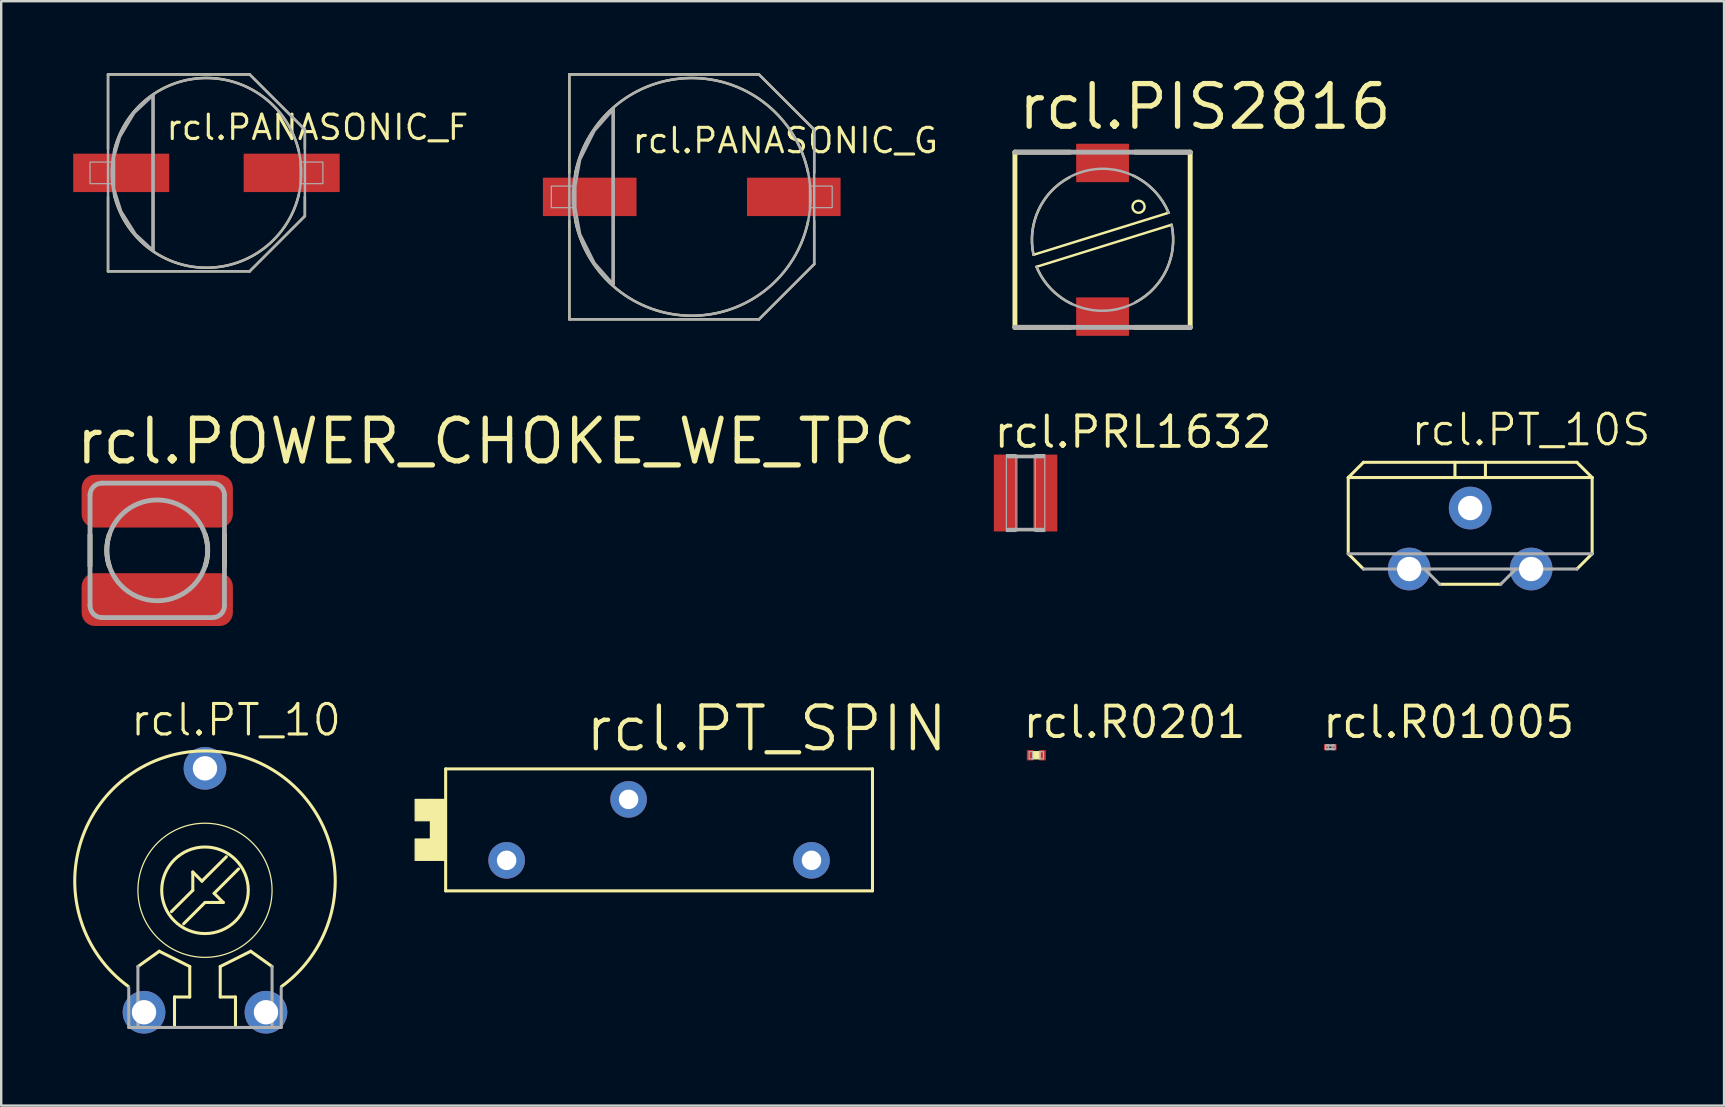
<source format=kicad_pcb>
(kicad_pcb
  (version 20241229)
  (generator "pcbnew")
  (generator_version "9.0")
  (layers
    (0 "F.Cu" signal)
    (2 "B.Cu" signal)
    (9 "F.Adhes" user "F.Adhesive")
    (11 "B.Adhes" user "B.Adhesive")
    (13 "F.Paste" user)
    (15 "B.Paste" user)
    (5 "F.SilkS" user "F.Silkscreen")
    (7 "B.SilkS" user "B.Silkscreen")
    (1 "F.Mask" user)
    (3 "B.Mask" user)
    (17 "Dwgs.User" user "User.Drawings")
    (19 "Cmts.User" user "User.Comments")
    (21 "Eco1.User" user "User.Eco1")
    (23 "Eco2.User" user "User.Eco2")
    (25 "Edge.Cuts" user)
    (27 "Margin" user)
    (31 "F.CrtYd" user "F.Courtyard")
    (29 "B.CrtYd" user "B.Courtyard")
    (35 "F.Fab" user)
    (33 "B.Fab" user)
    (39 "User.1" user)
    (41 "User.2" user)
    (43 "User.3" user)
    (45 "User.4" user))
  (footprint "rcl.PANASONIC_G"
    (layer "F.Cu")
    (at 25.766 5.151)
    (property "Reference" "rcl.PANASONIC_G" (at -2.55 -1.75 0) (layer "F.SilkS") (effects (font (size 1.016 1.016) (thickness 0.13)) (justify left bottom)))
    (attr smd)
    (fp_line (start -5.1 -5.1) (end 2.8 -5.1) (stroke (width 0.102) (type default)) (layer "F.SilkS"))
    (fp_line (start -5.1 -1) (end -5.1 -5.1) (stroke (width 0.102) (type default)) (layer "F.SilkS"))
    (fp_line (start -5.1 5.1) (end -5.1 1) (stroke (width 0.102) (type default)) (layer "F.SilkS"))
    (fp_line (start 2.8 -5.1) (end 5.1 -2.8) (stroke (width 0.102) (type default)) (layer "F.SilkS"))
    (fp_line (start 2.8 5.1) (end -5.1 5.1) (stroke (width 0.102) (type default)) (layer "F.SilkS"))
    (fp_line (start 5.1 -2.8) (end 5.1 -1) (stroke (width 0.102) (type default)) (layer "F.SilkS"))
    (fp_line (start 5.1 1) (end 5.1 2.8) (stroke (width 0.102) (type default)) (layer "F.SilkS"))
    (fp_line (start 5.1 2.8) (end 2.8 5.1) (stroke (width 0.102) (type default)) (layer "F.SilkS"))
    (fp_arc (start -4.85 -1) (mid 0 -4.95202) (end 4.85 -1) (stroke (width 0.1016) (type default)) (layer "F.SilkS"))
    (fp_arc (start 4.85 1) (mid 0 4.95202) (end -4.85 1) (stroke (width 0.1016) (type default)) (layer "F.SilkS"))
    (fp_line (start -5.1 -5.1) (end 2.8 -5.1) (stroke (width 0.102) (type default)) (layer "F.Fab"))
    (fp_line (start -5.1 5.1) (end -5.1 -5.1) (stroke (width 0.102) (type default)) (layer "F.Fab"))
    (fp_line (start -3.25 -3.7) (end -3.25 3.65) (stroke (width 0.102) (type default)) (layer "F.Fab"))
    (fp_line (start 2.8 -5.1) (end 5.1 -2.8) (stroke (width 0.102) (type default)) (layer "F.Fab"))
    (fp_line (start 2.8 5.1) (end -5.1 5.1) (stroke (width 0.102) (type default)) (layer "F.Fab"))
    (fp_line (start 5.1 -2.8) (end 5.1 2.8) (stroke (width 0.102) (type default)) (layer "F.Fab"))
    (fp_line (start 5.1 2.8) (end 2.8 5.1) (stroke (width 0.102) (type default)) (layer "F.Fab"))
    (fp_rect (start -5.85 0.45) (end -4.9 -0.45) (stroke (width 0.05) (type default)) (fill no) (layer "F.Fab"))
    (fp_rect (start 4.9 0.45) (end 5.85 -0.45) (stroke (width 0.05) (type default)) (fill no) (layer "F.Fab"))
    (fp_circle (center 0 0) (end 4.95 0) (stroke (width 0.102) (type default)) (fill no) (layer "F.Fab"))
    (fp_poly (pts (xy -3.3 -3.6) (xy -4.05 -2.75) (xy -4.65 -1.55) (xy -4.85 -0.45) (xy -4.85 0.45) (xy -4.65 1.55) (xy -4.05 2.75) (xy -3.3 3.6) (xy -3.3 -3.55)) (stroke (width 0.102) (type default)) (fill no) (layer "F.Fab"))
    (pad "+" smd roundrect (at 4.25 0) (size 3.9 1.6) (layers "F.Cu" "F.Mask" "F.Paste") (roundrect_rratio 0.01))
    (pad "-" smd roundrect (at -4.25 0) (size 3.9 1.6) (layers "F.Cu" "F.Mask" "F.Paste") (roundrect_rratio 0.01)))
  (footprint "rcl.PT_SPIN"
    (layer "F.Cu")
    (at 24.404 31.519)
    (property "Reference" "rcl.PT_SPIN" (at -3.175 -3.175 0) (layer "F.SilkS") (effects (font (size 1.778 1.778) (thickness 0.18)) (justify left bottom)))
    (attr through_hole)
    (fp_line (start -8.89 -2.54) (end -8.89 2.54) (stroke (width 0.127) (type default)) (layer "F.SilkS"))
    (fp_line (start -8.89 2.54) (end 8.89 2.54) (stroke (width 0.127) (type default)) (layer "F.SilkS"))
    (fp_line (start 8.89 -2.54) (end -8.89 -2.54) (stroke (width 0.127) (type default)) (layer "F.SilkS"))
    (fp_line (start 8.89 2.54) (end 8.89 -2.54) (stroke (width 0.127) (type default)) (layer "F.SilkS"))
    (fp_rect (start -10.16 -0.381) (end -9.525 -1.27) (stroke (width 0.05) (type default)) (fill yes) (layer "F.SilkS"))
    (fp_rect (start -10.16 1.27) (end -9.525 0.381) (stroke (width 0.05) (type default)) (fill yes) (layer "F.SilkS"))
    (fp_rect (start -9.525 1.27) (end -8.89 -1.27) (stroke (width 0.05) (type default)) (fill yes) (layer "F.SilkS"))
    (pad "1" thru_hole circle (at -6.35 1.27) (size 1.524 1.524) (drill 0.813) (layers "*.Cu" "*.Mask"))
    (pad "2" thru_hole circle (at 6.35 1.27) (size 1.524 1.524) (drill 0.813) (layers "*.Cu" "*.Mask"))
    (pad "3" thru_hole circle (at -1.27 -1.27) (size 1.524 1.524) (drill 0.813) (layers "*.Cu" "*.Mask")))
  (footprint "rcl.PIS2816"
    (layer "F.Cu")
    (at 42.878 6.938)
    (property "Reference" "rcl.PIS2816" (at -3.625 -4.5 0) (layer "F.SilkS") (effects (font (size 1.778 1.778) (thickness 0.22)) (justify left bottom)))
    (attr smd)
    (fp_line (start -3.65 -3.65) (end -3.65 3.65) (stroke (width 0.203) (type default)) (layer "F.SilkS"))
    (fp_line (start -3.65 3.65) (end -1.35 3.65) (stroke (width 0.203) (type default)) (layer "F.SilkS"))
    (fp_line (start -2.75 1.125) (end 2.875 -0.625) (stroke (width 0.102) (type default)) (layer "F.SilkS"))
    (fp_line (start -1.35 -3.65) (end -3.65 -3.65) (stroke (width 0.203) (type default)) (layer "F.SilkS"))
    (fp_line (start 1.35 3.65) (end 3.65 3.65) (stroke (width 0.203) (type default)) (layer "F.SilkS"))
    (fp_line (start 2.75 -1.125) (end -2.875 0.625) (stroke (width 0.102) (type default)) (layer "F.SilkS"))
    (fp_line (start 3.65 -3.65) (end 1.35 -3.65) (stroke (width 0.203) (type default)) (layer "F.SilkS"))
    (fp_line (start 3.65 3.65) (end 3.65 -3.65) (stroke (width 0.203) (type default)) (layer "F.SilkS"))
    (fp_arc (start -2.875 0.625) (mid -2.667542 -1.239845) (end -1.375 -2.6) (stroke (width 0.1016) (type default)) (layer "F.SilkS"))
    (fp_arc (start -1.275 2.675) (mid -2.156567 2.037096) (end -2.75 1.125) (stroke (width 0.1016) (type default)) (layer "F.SilkS"))
    (fp_arc (start 1.275 -2.675) (mid 2.156567 -2.037096) (end 2.75 -1.125) (stroke (width 0.1016) (type default)) (layer "F.SilkS"))
    (fp_arc (start 2.875 -0.625) (mid 2.667542 1.239845) (end 1.375 2.6) (stroke (width 0.1016) (type default)) (layer "F.SilkS"))
    (fp_circle (center 1.5 -1.375) (end 1.75 -1.375) (stroke (width 0.1) (type default)) (fill no) (layer "F.SilkS"))
    (fp_line (start -3.65 3.65) (end 3.65 3.65) (stroke (width 0.203) (type default)) (layer "F.Fab"))
    (fp_line (start 3.65 -3.65) (end -3.65 -3.65) (stroke (width 0.203) (type default)) (layer "F.Fab"))
    (fp_arc (start -2.875 0.625) (mid -0.863172 -2.823589) (end 2.75 -1.125) (stroke (width 0.1016) (type default)) (layer "F.Fab"))
    (fp_arc (start 2.875 -0.625) (mid 0.863172 2.823589) (end -2.75 1.125) (stroke (width 0.1016) (type default)) (layer "F.Fab"))
    (pad "1" smd roundrect (at 0 -3.2) (size 2.2 1.6) (layers "F.Cu" "F.Mask" "F.Paste") (roundrect_rratio 0.01))
    (pad "2" smd roundrect (at 0 3.2) (size 2.2 1.6) (layers "F.Cu" "F.Mask" "F.Paste") (roundrect_rratio 0.01)))
  (footprint "rcl.PANASONIC_F"
    (layer "F.Cu")
    (at 5.55 4.151)
    (property "Reference" "rcl.PANASONIC_F" (at -1.75 -1.3 0) (layer "F.SilkS") (effects (font (size 1.016 1.016) (thickness 0.13)) (justify left bottom)))
    (attr smd)
    (fp_line (start -4.1 -4.1) (end 1.8 -4.1) (stroke (width 0.102) (type default)) (layer "F.SilkS"))
    (fp_line (start -4.1 -1) (end -4.1 -4.1) (stroke (width 0.102) (type default)) (layer "F.SilkS"))
    (fp_line (start -4.1 4.1) (end -4.1 1) (stroke (width 0.102) (type default)) (layer "F.SilkS"))
    (fp_line (start 1.8 -4.1) (end 4.1 -1.8) (stroke (width 0.102) (type default)) (layer "F.SilkS"))
    (fp_line (start 1.8 4.1) (end -4.1 4.1) (stroke (width 0.102) (type default)) (layer "F.SilkS"))
    (fp_line (start 4.1 -1.8) (end 4.1 -1) (stroke (width 0.102) (type default)) (layer "F.SilkS"))
    (fp_line (start 4.1 1) (end 4.1 1.8) (stroke (width 0.102) (type default)) (layer "F.SilkS"))
    (fp_line (start 4.1 1.8) (end 1.8 4.1) (stroke (width 0.102) (type default)) (layer "F.SilkS"))
    (fp_arc (start -3.85 -0.9) (mid 0 -3.953796) (end 3.85 -0.9) (stroke (width 0.1016) (type default)) (layer "F.SilkS"))
    (fp_arc (start 3.85 0.9) (mid 0 3.953796) (end -3.85 0.9) (stroke (width 0.1016) (type default)) (layer "F.SilkS"))
    (fp_line (start -4.1 -4.1) (end 1.8 -4.1) (stroke (width 0.102) (type default)) (layer "F.Fab"))
    (fp_line (start -4.1 4.1) (end -4.1 -4.1) (stroke (width 0.102) (type default)) (layer "F.Fab"))
    (fp_line (start -2.2 -3.25) (end -2.2 3.25) (stroke (width 0.102) (type default)) (layer "F.Fab"))
    (fp_line (start 1.8 -4.1) (end 4.1 -1.8) (stroke (width 0.102) (type default)) (layer "F.Fab"))
    (fp_line (start 1.8 4.1) (end -4.1 4.1) (stroke (width 0.102) (type default)) (layer "F.Fab"))
    (fp_line (start 4.1 -1.8) (end 4.1 1.8) (stroke (width 0.102) (type default)) (layer "F.Fab"))
    (fp_line (start 4.1 1.8) (end 1.8 4.1) (stroke (width 0.102) (type default)) (layer "F.Fab"))
    (fp_rect (start -4.85 0.45) (end -3.9 -0.45) (stroke (width 0.05) (type default)) (fill no) (layer "F.Fab"))
    (fp_rect (start 3.9 0.45) (end 4.85 -0.45) (stroke (width 0.05) (type default)) (fill no) (layer "F.Fab"))
    (fp_circle (center 0 0) (end 3.95 0) (stroke (width 0.102) (type default)) (fill no) (layer "F.Fab"))
    (fp_circle (center 0 0) (end 4 0) (stroke (width 0.001) (type default)) (fill no) (layer "F.Fab"))
    (fp_poly (pts (xy -2.25 -3.2) (xy -3 -2.5) (xy -3.6 -1.5) (xy -3.85 -0.65) (xy -3.85 0.65) (xy -3.55 1.6) (xy -2.95 2.55) (xy -2.25 3.2) (xy -2.25 -3.15)) (stroke (width 0.102) (type default)) (fill no) (layer "F.Fab"))
    (pad "+" smd roundrect (at 3.55 0) (size 4 1.6) (layers "F.Cu" "F.Mask" "F.Paste") (roundrect_rratio 0.01))
    (pad "-" smd roundrect (at -3.55 0) (size 4 1.6) (layers "F.Cu" "F.Mask" "F.Paste") (roundrect_rratio 0.01)))
  (footprint "rcl.R01005"
    (layer "F.Cu")
    (at 52.363 28.076)
    (property "Reference" "rcl.R01005" (at -0.4 -0.3 0) (layer "F.SilkS") (effects (font (size 1.27 1.27) (thickness 0.16)) (justify left bottom)))
    (attr smd)
    (fp_rect (start -0.2 0.1) (end -0.075 -0.1) (stroke (width 0.05) (type default)) (fill no) (layer "F.Fab"))
    (fp_rect (start -0.15 -0.05) (end 0.15 -0.1) (stroke (width 0.05) (type default)) (fill no) (layer "F.Fab"))
    (fp_rect (start -0.15 0.1) (end 0.15 0.05) (stroke (width 0.05) (type default)) (fill no) (layer "F.Fab"))
    (fp_rect (start 0.075 0.1) (end 0.2 -0.1) (stroke (width 0.05) (type default)) (fill no) (layer "F.Fab"))
    (pad "1" smd roundrect (at -0.163 0) (size 0.2 0.25) (layers "F.Cu" "F.Mask" "F.Paste") (roundrect_rratio 0.01))
    (pad "2" smd roundrect (at 0.163 0) (size 0.2 0.25) (layers "F.Cu" "F.Mask" "F.Paste") (roundrect_rratio 0.01)))
  (footprint "rcl.PT_10S"
    (layer "F.Cu")
    (at 58.192 19.383)
    (property "Reference" "rcl.PT_10S" (at -2.54 -3.785 0) (layer "F.SilkS") (effects (font (size 1.27 1.27) (thickness 0.13)) (justify left bottom)))
    (attr through_hole)
    (fp_line (start -5.08 -2.54) (end 5.08 -2.54) (stroke (width 0.127) (type default)) (layer "F.SilkS"))
    (fp_line (start -5.08 0.635) (end -5.08 -2.54) (stroke (width 0.127) (type default)) (layer "F.SilkS"))
    (fp_line (start -4.445 -3.175) (end -5.08 -2.54) (stroke (width 0.127) (type default)) (layer "F.SilkS"))
    (fp_line (start -4.445 -3.175) (end 4.445 -3.175) (stroke (width 0.127) (type default)) (layer "F.SilkS"))
    (fp_line (start -4.445 1.27) (end -5.08 0.635) (stroke (width 0.127) (type default)) (layer "F.SilkS"))
    (fp_line (start -1.27 1.905) (end 1.27 1.905) (stroke (width 0.127) (type default)) (layer "F.SilkS"))
    (fp_line (start -0.635 -3.175) (end -0.635 -2.54) (stroke (width 0.127) (type default)) (layer "F.SilkS"))
    (fp_line (start 0.635 -2.54) (end 0.635 -3.175) (stroke (width 0.127) (type default)) (layer "F.SilkS"))
    (fp_line (start 5.08 -2.54) (end 4.445 -3.175) (stroke (width 0.127) (type default)) (layer "F.SilkS"))
    (fp_line (start 5.08 -2.54) (end 5.08 0.635) (stroke (width 0.127) (type default)) (layer "F.SilkS"))
    (fp_line (start 5.08 0.635) (end 4.445 1.27) (stroke (width 0.127) (type default)) (layer "F.SilkS"))
    (fp_line (start -5.08 0.635) (end 5.08 0.635) (stroke (width 0.127) (type default)) (layer "F.Fab"))
    (fp_line (start -4.445 1.27) (end 4.445 1.27) (stroke (width 0.127) (type default)) (layer "F.Fab"))
    (fp_line (start -1.905 1.27) (end -1.27 1.905) (stroke (width 0.127) (type default)) (layer "F.Fab"))
    (fp_line (start 1.27 1.905) (end 1.905 1.27) (stroke (width 0.127) (type default)) (layer "F.Fab"))
    (pad "1" thru_hole circle (at -2.54 1.27) (size 1.778 1.778) (drill 1.016) (layers "*.Cu" "*.Mask"))
    (pad "2" thru_hole circle (at 2.54 1.27) (size 1.778 1.778) (drill 1.016) (layers "*.Cu" "*.Mask"))
    (pad "3" thru_hole circle (at 0 -1.27) (size 1.778 1.778) (drill 1.016) (layers "*.Cu" "*.Mask")))
  (footprint "rcl.POWER_CHOKE_WE_TPC"
    (layer "F.Cu")
    (at 3.5 19.876)
    (property "Reference" "rcl.POWER_CHOKE_WE_TPC" (at -3.5 -3.5 0) (layer "F.SilkS") (effects (font (size 1.778 1.778) (thickness 0.22)) (justify left bottom)))
    (attr smd)
    (fp_line (start -2.8 -0.65) (end -2.8 0.65) (stroke (width 0.2) (type default)) (layer "F.SilkS"))
    (fp_line (start 2.8 0.65) (end 2.8 -0.65) (stroke (width 0.2) (type default)) (layer "F.SilkS"))
    (fp_arc (start -2 0.65) (mid -2.102974 0) (end -2 -0.65) (stroke (width 0.2) (type default)) (layer "F.SilkS"))
    (fp_arc (start 2 -0.65) (mid 2.102974 0) (end 2 0.65) (stroke (width 0.2) (type default)) (layer "F.SilkS"))
    (fp_line (start -2.8 2.3) (end -2.8 -2.3) (stroke (width 0.2) (type default)) (layer "F.Fab"))
    (fp_line (start -2.3 -2.8) (end 2.3 -2.8) (stroke (width 0.2) (type default)) (layer "F.Fab"))
    (fp_line (start 2.3 2.8) (end -2.3 2.8) (stroke (width 0.2) (type default)) (layer "F.Fab"))
    (fp_line (start 2.8 -2.3) (end 2.8 2.3) (stroke (width 0.2) (type default)) (layer "F.Fab"))
    (fp_arc (start -2.8 -2.3) (mid -2.653553 -2.653553) (end -2.3 -2.8) (stroke (width 0.2) (type default)) (layer "F.Fab"))
    (fp_arc (start -2.3 2.8) (mid -2.653553 2.653553) (end -2.8 2.3) (stroke (width 0.2) (type default)) (layer "F.Fab"))
    (fp_arc (start 2.3 -2.8) (mid 2.653553 -2.653553) (end 2.8 -2.3) (stroke (width 0.2) (type default)) (layer "F.Fab"))
    (fp_arc (start 2.8 2.3) (mid 2.653553 2.653553) (end 2.3 2.8) (stroke (width 0.2) (type default)) (layer "F.Fab"))
    (fp_circle (center 0 0) (end 2.1 0) (stroke (width 0.2) (type default)) (fill no) (layer "F.Fab"))
    (pad "1" smd roundrect (at 0 -2.05) (size 6.3 2.2) (layers "F.Cu" "F.Mask" "F.Paste") (roundrect_rratio 0.25))
    (pad "2" smd roundrect (at 0 2.05 180) (size 6.3 2.2) (layers "F.Cu" "F.Mask" "F.Paste") (roundrect_rratio 0.25)))
  (footprint "rcl.R0201"
    (layer "F.Cu")
    (at 40.119 28.411)
    (property "Reference" "rcl.R0201" (at -0.635 -0.635 0) (layer "F.SilkS") (effects (font (size 1.27 1.27) (thickness 0.16)) (justify left bottom)))
    (attr smd)
    (fp_rect (start -0.15 0.15) (end 0.15 -0.15) (stroke (width 0.05) (type default)) (fill yes) (layer "F.SilkS"))
    (fp_rect (start -0.3 0.15) (end -0.15 -0.15) (stroke (width 0.05) (type default)) (fill no) (layer "F.Fab"))
    (fp_rect (start 0.15 0.15) (end 0.3 -0.15) (stroke (width 0.05) (type default)) (fill no) (layer "F.Fab"))
    (pad "1" smd roundrect (at -0.255 0) (size 0.28 0.43) (layers "F.Cu" "F.Mask" "F.Paste") (roundrect_rratio 0.01))
    (pad "2" smd roundrect (at 0.255 0) (size 0.28 0.43) (layers "F.Cu" "F.Mask" "F.Paste") (roundrect_rratio 0.01)))
  (footprint "rcl.PT_10"
    (layer "F.Cu")
    (at 5.489 34.036)
    (property "Reference" "rcl.PT_10" (at -3.175 -6.35 0) (layer "F.SilkS") (effects (font (size 1.27 1.27) (thickness 0.13)) (justify left bottom)))
    (attr through_hole)
    (fp_line (start -2.794 3.175) (end -1.905 2.54) (stroke (width 0.127) (type default)) (layer "F.SilkS"))
    (fp_line (start -1.905 2.54) (end -0.635 3.175) (stroke (width 0.127) (type default)) (layer "F.SilkS"))
    (fp_line (start -1.27 4.445) (end -1.27 5.715) (stroke (width 0.127) (type default)) (layer "F.SilkS"))
    (fp_line (start -0.635 3.175) (end -0.635 4.445) (stroke (width 0.127) (type default)) (layer "F.SilkS"))
    (fp_line (start -0.635 4.445) (end -1.27 4.445) (stroke (width 0.127) (type default)) (layer "F.SilkS"))
    (fp_line (start -0.508 -0.762) (end -0.508 0) (stroke (width 0.127) (type default)) (layer "F.SilkS"))
    (fp_line (start -0.508 0) (end -1.397 0.889) (stroke (width 0.127) (type default)) (layer "F.SilkS"))
    (fp_line (start -0.127 -0.381) (end -0.508 -0.762) (stroke (width 0.127) (type default)) (layer "F.SilkS"))
    (fp_line (start 0 0.508) (end -0.889 1.397) (stroke (width 0.127) (type default)) (layer "F.SilkS"))
    (fp_line (start 0.381 0.127) (end 0.762 0.508) (stroke (width 0.127) (type default)) (layer "F.SilkS"))
    (fp_line (start 0.635 3.175) (end 1.905 2.54) (stroke (width 0.127) (type default)) (layer "F.SilkS"))
    (fp_line (start 0.635 4.445) (end 0.635 3.175) (stroke (width 0.127) (type default)) (layer "F.SilkS"))
    (fp_line (start 0.762 0.508) (end 0 0.508) (stroke (width 0.127) (type default)) (layer "F.SilkS"))
    (fp_line (start 0.889 -1.397) (end -0.127 -0.381) (stroke (width 0.127) (type default)) (layer "F.SilkS"))
    (fp_line (start 1.27 4.445) (end 0.635 4.445) (stroke (width 0.127) (type default)) (layer "F.SilkS"))
    (fp_line (start 1.27 5.715) (end 1.27 4.445) (stroke (width 0.127) (type default)) (layer "F.SilkS"))
    (fp_line (start 1.397 -0.889) (end 0.381 0.127) (stroke (width 0.127) (type default)) (layer "F.SilkS"))
    (fp_line (start 1.905 2.54) (end 2.794 3.175) (stroke (width 0.127) (type default)) (layer "F.SilkS"))
    (fp_arc (start -3.2 4) (mid 0.010124 -5.806221) (end 3.183627 4.011913) (stroke (width 0.127) (type default)) (layer "F.SilkS"))
    (fp_circle (center 0 0) (end 1.803 0) (stroke (width 0.127) (type default)) (fill no) (layer "F.SilkS"))
    (fp_circle (center 0 0) (end 2.794 0) (stroke (width 0.051) (type default)) (fill no) (layer "F.SilkS"))
    (fp_line (start -3.175 5.715) (end -3.175 4.064) (stroke (width 0.127) (type default)) (layer "F.Fab"))
    (fp_line (start -3.175 5.715) (end 3.175 5.715) (stroke (width 0.127) (type default)) (layer "F.Fab"))
    (fp_line (start -2.794 5.715) (end -2.794 3.175) (stroke (width 0.127) (type default)) (layer "F.Fab"))
    (fp_line (start 2.794 3.175) (end 2.794 5.715) (stroke (width 0.127) (type default)) (layer "F.Fab"))
    (fp_line (start 3.175 4.064) (end 3.175 5.715) (stroke (width 0.127) (type default)) (layer "F.Fab"))
    (pad "1" thru_hole circle (at -2.54 5.08) (size 1.778 1.778) (drill 1.016) (layers "*.Cu" "*.Mask"))
    (pad "2" thru_hole circle (at 2.54 5.08) (size 1.778 1.778) (drill 1.016) (layers "*.Cu" "*.Mask"))
    (pad "3" thru_hole circle (at 0 -5.08) (size 1.778 1.778) (drill 1.016) (layers "*.Cu" "*.Mask")))
  (footprint "rcl.PRL1632"
    (layer "F.Cu")
    (at 39.672 17.488)
    (property "Reference" "rcl.PRL1632" (at -1.4 -1.8 0) (layer "F.SilkS") (effects (font (size 1.27 1.27) (thickness 0.16)) (justify left bottom)))
    (attr smd)
    (fp_line (start 0.728 -1.523) (end -0.715 -1.523) (stroke (width 0.152) (type default)) (layer "F.Fab"))
    (fp_line (start 0.728 1.523) (end -0.728 1.523) (stroke (width 0.152) (type default)) (layer "F.Fab"))
    (fp_rect (start -0.8 1.6) (end -0.4 -1.6) (stroke (width 0.05) (type default)) (fill no) (layer "F.Fab"))
    (fp_rect (start 0.4 1.6) (end 0.8 -1.6) (stroke (width 0.05) (type default)) (fill no) (layer "F.Fab"))
    (pad "1" smd roundrect (at -0.822 0) (size 1 3.2) (layers "F.Cu" "F.Mask" "F.Paste") (roundrect_rratio 0.01))
    (pad "2" smd roundrect (at 0.822 0) (size 1 3.2) (layers "F.Cu" "F.Mask" "F.Paste") (roundrect_rratio 0.01)))
  (gr_rect
    (start -3 -3)
    (end 68.767 43.005)
    (stroke (width 0.1) (type default))
    (fill no)
    (layer "Edge.Cuts")))
</source>
